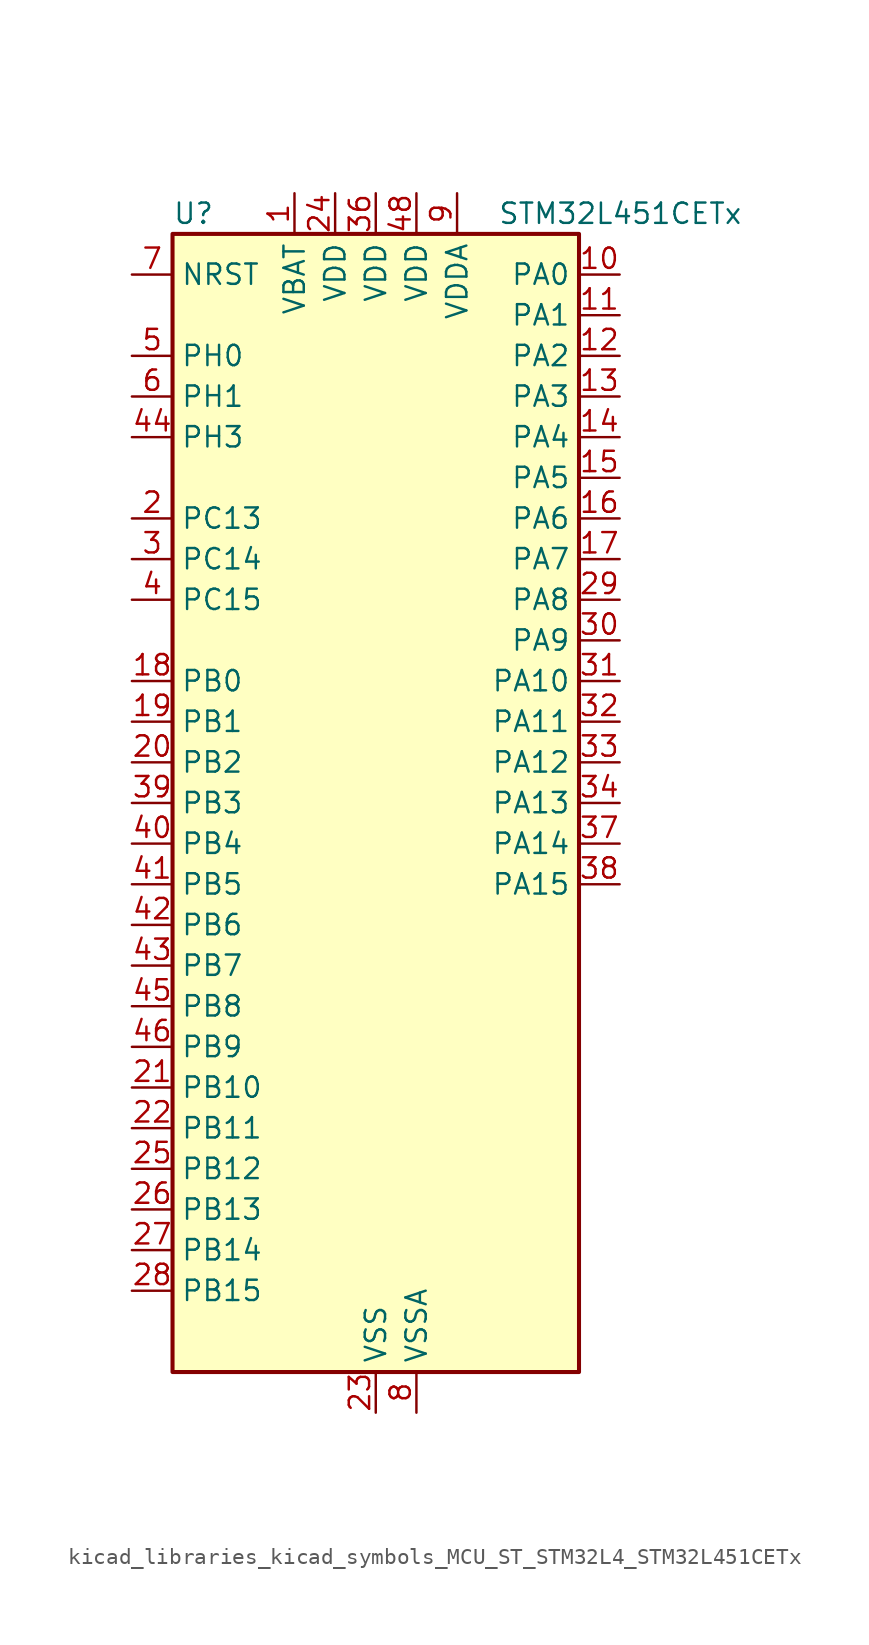
<source format=kicad_sym>
(kicad_symbol_lib
  (version 20220914)
  (generator kicad_symbol_editor)
  (symbol "kicad_libraries_kicad_symbols_MCU_ST_STM32L4_STM32L451CETx"
    (property "Reference" "U"
      (at -12.7 36.83 0)
      (effects (font (size 1.27 1.27)) (justify left)))
    (property "Value" "STM32L451CETx"
      (at 7.62 36.83 0)
      (effects (font (size 1.27 1.27)) (justify left)))
    (property "ki_locked" ""
      (at 0 0 0)
      (effects (font (size 1.27 1.27))))
    (symbol "kicad_libraries_kicad_symbols_MCU_ST_STM32L4_STM32L451CETx_0_1"
      (rectangle (start -12.7 -35.56) (end 12.7 35.56) (stroke (width 0.254) (type default)) (fill (type background))))
    (symbol "kicad_libraries_kicad_symbols_MCU_ST_STM32L4_STM32L451CETx_1_1"
      (pin power_in line (at -5.08 38.1 270) (length 2.54) (name "VBAT" (effects (font (size 1.27 1.27)))) (number "1" (effects (font (size 1.27 1.27)))))
      (pin bidirectional line (at 15.24 33.02 180) (length 2.54) (name "PA0" (effects (font (size 1.27 1.27)))) (number "10" (effects (font (size 1.27 1.27)))) (alternate "ADC1_IN5" bidirectional line) (alternate "COMP1_INM" bidirectional line) (alternate "COMP1_OUT" bidirectional line) (alternate "OPAMP1_VINP" bidirectional line) (alternate "RTC_TAMP2" bidirectional line) (alternate "SAI1_EXTCLK" bidirectional line) (alternate "SYS_WKUP1" bidirectional line) (alternate "TIM2_CH1" bidirectional line) (alternate "TIM2_ETR" bidirectional line) (alternate "UART4_TX" bidirectional line) (alternate "USART2_CTS" bidirectional line))
      (pin bidirectional line (at 15.24 30.48 180) (length 2.54) (name "PA1" (effects (font (size 1.27 1.27)))) (number "11" (effects (font (size 1.27 1.27)))) (alternate "ADC1_IN6" bidirectional line) (alternate "COMP1_INP" bidirectional line) (alternate "I2C1_SMBA" bidirectional line) (alternate "OPAMP1_VINM" bidirectional line) (alternate "SPI1_SCK" bidirectional line) (alternate "TIM15_CH1N" bidirectional line) (alternate "TIM2_CH2" bidirectional line) (alternate "UART4_RX" bidirectional line) (alternate "USART2_DE" bidirectional line) (alternate "USART2_RTS" bidirectional line))
      (pin bidirectional line (at 15.24 27.94 180) (length 2.54) (name "PA2" (effects (font (size 1.27 1.27)))) (number "12" (effects (font (size 1.27 1.27)))) (alternate "ADC1_IN7" bidirectional line) (alternate "COMP2_INM" bidirectional line) (alternate "COMP2_OUT" bidirectional line) (alternate "LPUART1_TX" bidirectional line) (alternate "QUADSPI_BK1_NCS" bidirectional line) (alternate "RCC_LSCO" bidirectional line) (alternate "SYS_WKUP4" bidirectional line) (alternate "TIM15_CH1" bidirectional line) (alternate "TIM2_CH3" bidirectional line) (alternate "USART2_TX" bidirectional line))
      (pin bidirectional line (at 15.24 25.4 180) (length 2.54) (name "PA3" (effects (font (size 1.27 1.27)))) (number "13" (effects (font (size 1.27 1.27)))) (alternate "ADC1_IN8" bidirectional line) (alternate "COMP2_INP" bidirectional line) (alternate "LPUART1_RX" bidirectional line) (alternate "OPAMP1_VOUT" bidirectional line) (alternate "QUADSPI_CLK" bidirectional line) (alternate "SAI1_MCLK_A" bidirectional line) (alternate "TIM15_CH2" bidirectional line) (alternate "TIM2_CH4" bidirectional line) (alternate "USART2_RX" bidirectional line))
      (pin bidirectional line (at 15.24 22.86 180) (length 2.54) (name "PA4" (effects (font (size 1.27 1.27)))) (number "14" (effects (font (size 1.27 1.27)))) (alternate "ADC1_IN9" bidirectional line) (alternate "COMP1_INM" bidirectional line) (alternate "COMP2_INM" bidirectional line) (alternate "DAC1_OUT1" bidirectional line) (alternate "LPTIM2_OUT" bidirectional line) (alternate "SAI1_FS_B" bidirectional line) (alternate "SPI1_NSS" bidirectional line) (alternate "SPI3_NSS" bidirectional line) (alternate "USART2_CK" bidirectional line))
      (pin bidirectional line (at 15.24 20.32 180) (length 2.54) (name "PA5" (effects (font (size 1.27 1.27)))) (number "15" (effects (font (size 1.27 1.27)))) (alternate "ADC1_IN10" bidirectional line) (alternate "COMP1_INM" bidirectional line) (alternate "COMP2_INM" bidirectional line) (alternate "DFSDM1_CKOUT" bidirectional line) (alternate "LPTIM2_ETR" bidirectional line) (alternate "SPI1_SCK" bidirectional line) (alternate "TIM2_CH1" bidirectional line) (alternate "TIM2_ETR" bidirectional line))
      (pin bidirectional line (at 15.24 17.78 180) (length 2.54) (name "PA6" (effects (font (size 1.27 1.27)))) (number "16" (effects (font (size 1.27 1.27)))) (alternate "ADC1_IN11" bidirectional line) (alternate "COMP1_OUT" bidirectional line) (alternate "LPUART1_CTS" bidirectional line) (alternate "QUADSPI_BK1_IO3" bidirectional line) (alternate "SPI1_MISO" bidirectional line) (alternate "TIM16_CH1" bidirectional line) (alternate "TIM1_BKIN" bidirectional line) (alternate "TIM1_BKIN_COMP2" bidirectional line) (alternate "TIM3_CH1" bidirectional line) (alternate "USART3_CTS" bidirectional line))
      (pin bidirectional line (at 15.24 15.24 180) (length 2.54) (name "PA7" (effects (font (size 1.27 1.27)))) (number "17" (effects (font (size 1.27 1.27)))) (alternate "ADC1_IN12" bidirectional line) (alternate "COMP2_OUT" bidirectional line) (alternate "DFSDM1_DATIN0" bidirectional line) (alternate "I2C3_SCL" bidirectional line) (alternate "QUADSPI_BK1_IO2" bidirectional line) (alternate "SPI1_MOSI" bidirectional line) (alternate "TIM1_CH1N" bidirectional line) (alternate "TIM3_CH2" bidirectional line))
      (pin bidirectional line (at -15.24 7.62 0) (length 2.54) (name "PB0" (effects (font (size 1.27 1.27)))) (number "18" (effects (font (size 1.27 1.27)))) (alternate "ADC1_IN15" bidirectional line) (alternate "COMP1_OUT" bidirectional line) (alternate "DFSDM1_CKIN0" bidirectional line) (alternate "QUADSPI_BK1_IO1" bidirectional line) (alternate "SAI1_EXTCLK" bidirectional line) (alternate "SPI1_NSS" bidirectional line) (alternate "TIM1_CH2N" bidirectional line) (alternate "TIM3_CH3" bidirectional line) (alternate "USART3_CK" bidirectional line))
      (pin bidirectional line (at -15.24 5.08 0) (length 2.54) (name "PB1" (effects (font (size 1.27 1.27)))) (number "19" (effects (font (size 1.27 1.27)))) (alternate "ADC1_IN16" bidirectional line) (alternate "COMP1_INM" bidirectional line) (alternate "DFSDM1_DATIN0" bidirectional line) (alternate "LPTIM2_IN1" bidirectional line) (alternate "LPUART1_DE" bidirectional line) (alternate "LPUART1_RTS" bidirectional line) (alternate "QUADSPI_BK1_IO0" bidirectional line) (alternate "TIM1_CH3N" bidirectional line) (alternate "TIM3_CH4" bidirectional line) (alternate "USART3_DE" bidirectional line) (alternate "USART3_RTS" bidirectional line))
      (pin bidirectional line (at -15.24 17.78 0) (length 2.54) (name "PC13" (effects (font (size 1.27 1.27)))) (number "2" (effects (font (size 1.27 1.27)))) (alternate "RTC_OUT_ALARM" bidirectional line) (alternate "RTC_OUT_CALIB" bidirectional line) (alternate "RTC_TAMP1" bidirectional line) (alternate "RTC_TS" bidirectional line) (alternate "SYS_WKUP2" bidirectional line))
      (pin bidirectional line (at -15.24 2.54 0) (length 2.54) (name "PB2" (effects (font (size 1.27 1.27)))) (number "20" (effects (font (size 1.27 1.27)))) (alternate "COMP1_INP" bidirectional line) (alternate "DFSDM1_CKIN0" bidirectional line) (alternate "I2C3_SMBA" bidirectional line) (alternate "LPTIM1_OUT" bidirectional line) (alternate "RTC_OUT_ALARM" bidirectional line) (alternate "RTC_OUT_CALIB" bidirectional line))
      (pin bidirectional line (at -15.24 -17.78 0) (length 2.54) (name "PB10" (effects (font (size 1.27 1.27)))) (number "21" (effects (font (size 1.27 1.27)))) (alternate "COMP1_OUT" bidirectional line) (alternate "I2C2_SCL" bidirectional line) (alternate "I2C4_SCL" bidirectional line) (alternate "LPUART1_RX" bidirectional line) (alternate "QUADSPI_CLK" bidirectional line) (alternate "SAI1_SCK_A" bidirectional line) (alternate "SPI2_SCK" bidirectional line) (alternate "TIM2_CH3" bidirectional line) (alternate "TSC_SYNC" bidirectional line) (alternate "USART3_TX" bidirectional line))
      (pin bidirectional line (at -15.24 -20.32 0) (length 2.54) (name "PB11" (effects (font (size 1.27 1.27)))) (number "22" (effects (font (size 1.27 1.27)))) (alternate "ADC1_EXTI11" bidirectional line) (alternate "COMP2_OUT" bidirectional line) (alternate "I2C2_SDA" bidirectional line) (alternate "I2C4_SDA" bidirectional line) (alternate "LPUART1_TX" bidirectional line) (alternate "QUADSPI_BK1_NCS" bidirectional line) (alternate "TIM2_CH4" bidirectional line) (alternate "USART3_RX" bidirectional line))
      (pin power_in line (at 0 -38.1 90) (length 2.54) (name "VSS" (effects (font (size 1.27 1.27)))) (number "23" (effects (font (size 1.27 1.27)))))
      (pin power_in line (at -2.54 38.1 270) (length 2.54) (name "VDD" (effects (font (size 1.27 1.27)))) (number "24" (effects (font (size 1.27 1.27)))))
      (pin bidirectional line (at -15.24 -22.86 0) (length 2.54) (name "PB12" (effects (font (size 1.27 1.27)))) (number "25" (effects (font (size 1.27 1.27)))) (alternate "CAN1_RX" bidirectional line) (alternate "DFSDM1_DATIN1" bidirectional line) (alternate "I2C2_SMBA" bidirectional line) (alternate "LPUART1_DE" bidirectional line) (alternate "LPUART1_RTS" bidirectional line) (alternate "SAI1_FS_A" bidirectional line) (alternate "SPI2_NSS" bidirectional line) (alternate "TIM15_BKIN" bidirectional line) (alternate "TIM1_BKIN" bidirectional line) (alternate "TIM1_BKIN_COMP2" bidirectional line) (alternate "TSC_G1_IO1" bidirectional line) (alternate "USART3_CK" bidirectional line))
      (pin bidirectional line (at -15.24 -25.4 0) (length 2.54) (name "PB13" (effects (font (size 1.27 1.27)))) (number "26" (effects (font (size 1.27 1.27)))) (alternate "CAN1_TX" bidirectional line) (alternate "DFSDM1_CKIN1" bidirectional line) (alternate "I2C2_SCL" bidirectional line) (alternate "LPUART1_CTS" bidirectional line) (alternate "SAI1_SCK_A" bidirectional line) (alternate "SPI2_SCK" bidirectional line) (alternate "TIM15_CH1N" bidirectional line) (alternate "TIM1_CH1N" bidirectional line) (alternate "TSC_G1_IO2" bidirectional line) (alternate "USART3_CTS" bidirectional line))
      (pin bidirectional line (at -15.24 -27.94 0) (length 2.54) (name "PB14" (effects (font (size 1.27 1.27)))) (number "27" (effects (font (size 1.27 1.27)))) (alternate "DFSDM1_DATIN2" bidirectional line) (alternate "I2C2_SDA" bidirectional line) (alternate "SAI1_MCLK_A" bidirectional line) (alternate "SPI2_MISO" bidirectional line) (alternate "TIM15_CH1" bidirectional line) (alternate "TIM1_CH2N" bidirectional line) (alternate "TSC_G1_IO3" bidirectional line) (alternate "USART3_DE" bidirectional line) (alternate "USART3_RTS" bidirectional line))
      (pin bidirectional line (at -15.24 -30.48 0) (length 2.54) (name "PB15" (effects (font (size 1.27 1.27)))) (number "28" (effects (font (size 1.27 1.27)))) (alternate "ADC1_EXTI15" bidirectional line) (alternate "DFSDM1_CKIN2" bidirectional line) (alternate "RTC_REFIN" bidirectional line) (alternate "SAI1_SD_A" bidirectional line) (alternate "SPI2_MOSI" bidirectional line) (alternate "TIM15_CH2" bidirectional line) (alternate "TIM1_CH3N" bidirectional line) (alternate "TSC_G1_IO4" bidirectional line))
      (pin bidirectional line (at 15.24 12.7 180) (length 2.54) (name "PA8" (effects (font (size 1.27 1.27)))) (number "29" (effects (font (size 1.27 1.27)))) (alternate "DFSDM1_CKIN1" bidirectional line) (alternate "LPTIM2_OUT" bidirectional line) (alternate "RCC_MCO" bidirectional line) (alternate "SAI1_SCK_A" bidirectional line) (alternate "TIM1_CH1" bidirectional line) (alternate "USART1_CK" bidirectional line))
      (pin bidirectional line (at -15.24 15.24 0) (length 2.54) (name "PC14" (effects (font (size 1.27 1.27)))) (number "3" (effects (font (size 1.27 1.27)))) (alternate "RCC_OSC32_IN" bidirectional line))
      (pin bidirectional line (at 15.24 10.16 180) (length 2.54) (name "PA9" (effects (font (size 1.27 1.27)))) (number "30" (effects (font (size 1.27 1.27)))) (alternate "DAC1_EXTI9" bidirectional line) (alternate "DFSDM1_DATIN1" bidirectional line) (alternate "I2C1_SCL" bidirectional line) (alternate "SAI1_FS_A" bidirectional line) (alternate "TIM15_BKIN" bidirectional line) (alternate "TIM1_CH2" bidirectional line) (alternate "USART1_TX" bidirectional line))
      (pin bidirectional line (at 15.24 7.62 180) (length 2.54) (name "PA10" (effects (font (size 1.27 1.27)))) (number "31" (effects (font (size 1.27 1.27)))) (alternate "I2C1_SDA" bidirectional line) (alternate "SAI1_SD_A" bidirectional line) (alternate "TIM1_CH3" bidirectional line) (alternate "USART1_RX" bidirectional line))
      (pin bidirectional line (at 15.24 5.08 180) (length 2.54) (name "PA11" (effects (font (size 1.27 1.27)))) (number "32" (effects (font (size 1.27 1.27)))) (alternate "ADC1_EXTI11" bidirectional line) (alternate "CAN1_RX" bidirectional line) (alternate "COMP1_OUT" bidirectional line) (alternate "SPI1_MISO" bidirectional line) (alternate "TIM1_BKIN2" bidirectional line) (alternate "TIM1_BKIN2_COMP1" bidirectional line) (alternate "TIM1_CH4" bidirectional line) (alternate "USART1_CTS" bidirectional line))
      (pin bidirectional line (at 15.24 2.54 180) (length 2.54) (name "PA12" (effects (font (size 1.27 1.27)))) (number "33" (effects (font (size 1.27 1.27)))) (alternate "CAN1_TX" bidirectional line) (alternate "SPI1_MOSI" bidirectional line) (alternate "TIM1_ETR" bidirectional line) (alternate "USART1_DE" bidirectional line) (alternate "USART1_RTS" bidirectional line))
      (pin bidirectional line (at 15.24 0 180) (length 2.54) (name "PA13" (effects (font (size 1.27 1.27)))) (number "34" (effects (font (size 1.27 1.27)))) (alternate "IR_OUT" bidirectional line) (alternate "SAI1_SD_B" bidirectional line) (alternate "SYS_JTMS-SWDIO" bidirectional line))
      (pin passive line (at 0 -38.1 90) (length 2.54) hide (name "VSS" (effects (font (size 1.27 1.27)))) (number "35" (effects (font (size 1.27 1.27)))))
      (pin power_in line (at 0 38.1 270) (length 2.54) (name "VDD" (effects (font (size 1.27 1.27)))) (number "36" (effects (font (size 1.27 1.27)))))
      (pin bidirectional line (at 15.24 -2.54 180) (length 2.54) (name "PA14" (effects (font (size 1.27 1.27)))) (number "37" (effects (font (size 1.27 1.27)))) (alternate "I2C1_SMBA" bidirectional line) (alternate "I2C4_SMBA" bidirectional line) (alternate "LPTIM1_OUT" bidirectional line) (alternate "SAI1_FS_B" bidirectional line) (alternate "SYS_JTCK-SWCLK" bidirectional line))
      (pin bidirectional line (at 15.24 -5.08 180) (length 2.54) (name "PA15" (effects (font (size 1.27 1.27)))) (number "38" (effects (font (size 1.27 1.27)))) (alternate "ADC1_EXTI15" bidirectional line) (alternate "SPI1_NSS" bidirectional line) (alternate "SPI3_NSS" bidirectional line) (alternate "SYS_JTDI" bidirectional line) (alternate "TIM2_CH1" bidirectional line) (alternate "TIM2_ETR" bidirectional line) (alternate "UART4_DE" bidirectional line) (alternate "UART4_RTS" bidirectional line) (alternate "USART2_RX" bidirectional line) (alternate "USART3_DE" bidirectional line) (alternate "USART3_RTS" bidirectional line))
      (pin bidirectional line (at -15.24 0 0) (length 2.54) (name "PB3" (effects (font (size 1.27 1.27)))) (number "39" (effects (font (size 1.27 1.27)))) (alternate "COMP2_INM" bidirectional line) (alternate "SAI1_SCK_B" bidirectional line) (alternate "SPI1_SCK" bidirectional line) (alternate "SPI3_SCK" bidirectional line) (alternate "SYS_JTDO-SWO" bidirectional line) (alternate "TIM2_CH2" bidirectional line) (alternate "USART1_DE" bidirectional line) (alternate "USART1_RTS" bidirectional line))
      (pin bidirectional line (at -15.24 12.7 0) (length 2.54) (name "PC15" (effects (font (size 1.27 1.27)))) (number "4" (effects (font (size 1.27 1.27)))) (alternate "ADC1_EXTI15" bidirectional line) (alternate "RCC_OSC32_OUT" bidirectional line))
      (pin bidirectional line (at -15.24 -2.54 0) (length 2.54) (name "PB4" (effects (font (size 1.27 1.27)))) (number "40" (effects (font (size 1.27 1.27)))) (alternate "COMP2_INP" bidirectional line) (alternate "I2C3_SDA" bidirectional line) (alternate "SAI1_MCLK_B" bidirectional line) (alternate "SPI1_MISO" bidirectional line) (alternate "SPI3_MISO" bidirectional line) (alternate "SYS_JTRST" bidirectional line) (alternate "TIM3_CH1" bidirectional line) (alternate "TSC_G2_IO1" bidirectional line) (alternate "USART1_CTS" bidirectional line))
      (pin bidirectional line (at -15.24 -5.08 0) (length 2.54) (name "PB5" (effects (font (size 1.27 1.27)))) (number "41" (effects (font (size 1.27 1.27)))) (alternate "CAN1_RX" bidirectional line) (alternate "COMP2_OUT" bidirectional line) (alternate "I2C1_SMBA" bidirectional line) (alternate "LPTIM1_IN1" bidirectional line) (alternate "SAI1_SD_B" bidirectional line) (alternate "SPI1_MOSI" bidirectional line) (alternate "SPI3_MOSI" bidirectional line) (alternate "TIM16_BKIN" bidirectional line) (alternate "TIM3_CH2" bidirectional line) (alternate "TSC_G2_IO2" bidirectional line) (alternate "USART1_CK" bidirectional line))
      (pin bidirectional line (at -15.24 -7.62 0) (length 2.54) (name "PB6" (effects (font (size 1.27 1.27)))) (number "42" (effects (font (size 1.27 1.27)))) (alternate "CAN1_TX" bidirectional line) (alternate "COMP2_INP" bidirectional line) (alternate "I2C1_SCL" bidirectional line) (alternate "I2C4_SCL" bidirectional line) (alternate "LPTIM1_ETR" bidirectional line) (alternate "SAI1_FS_B" bidirectional line) (alternate "TIM16_CH1N" bidirectional line) (alternate "TSC_G2_IO3" bidirectional line) (alternate "USART1_TX" bidirectional line))
      (pin bidirectional line (at -15.24 -10.16 0) (length 2.54) (name "PB7" (effects (font (size 1.27 1.27)))) (number "43" (effects (font (size 1.27 1.27)))) (alternate "COMP2_INM" bidirectional line) (alternate "I2C1_SDA" bidirectional line) (alternate "I2C4_SDA" bidirectional line) (alternate "LPTIM1_IN2" bidirectional line) (alternate "SYS_PVD_IN" bidirectional line) (alternate "TSC_G2_IO4" bidirectional line) (alternate "UART4_CTS" bidirectional line) (alternate "USART1_RX" bidirectional line))
      (pin bidirectional line (at -15.24 22.86 0) (length 2.54) (name "PH3" (effects (font (size 1.27 1.27)))) (number "44" (effects (font (size 1.27 1.27)))))
      (pin bidirectional line (at -15.24 -12.7 0) (length 2.54) (name "PB8" (effects (font (size 1.27 1.27)))) (number "45" (effects (font (size 1.27 1.27)))) (alternate "CAN1_RX" bidirectional line) (alternate "I2C1_SCL" bidirectional line) (alternate "SAI1_MCLK_A" bidirectional line) (alternate "TIM16_CH1" bidirectional line))
      (pin bidirectional line (at -15.24 -15.24 0) (length 2.54) (name "PB9" (effects (font (size 1.27 1.27)))) (number "46" (effects (font (size 1.27 1.27)))) (alternate "CAN1_TX" bidirectional line) (alternate "DAC1_EXTI9" bidirectional line) (alternate "I2C1_SDA" bidirectional line) (alternate "IR_OUT" bidirectional line) (alternate "SAI1_FS_A" bidirectional line) (alternate "SPI2_NSS" bidirectional line))
      (pin passive line (at 0 -38.1 90) (length 2.54) hide (name "VSS" (effects (font (size 1.27 1.27)))) (number "47" (effects (font (size 1.27 1.27)))))
      (pin power_in line (at 2.54 38.1 270) (length 2.54) (name "VDD" (effects (font (size 1.27 1.27)))) (number "48" (effects (font (size 1.27 1.27)))))
      (pin bidirectional line (at -15.24 27.94 0) (length 2.54) (name "PH0" (effects (font (size 1.27 1.27)))) (number "5" (effects (font (size 1.27 1.27)))) (alternate "RCC_OSC_IN" bidirectional line))
      (pin bidirectional line (at -15.24 25.4 0) (length 2.54) (name "PH1" (effects (font (size 1.27 1.27)))) (number "6" (effects (font (size 1.27 1.27)))) (alternate "RCC_OSC_OUT" bidirectional line))
      (pin input line (at -15.24 33.02 0) (length 2.54) (name "NRST" (effects (font (size 1.27 1.27)))) (number "7" (effects (font (size 1.27 1.27)))))
      (pin power_in line (at 2.54 -38.1 90) (length 2.54) (name "VSSA" (effects (font (size 1.27 1.27)))) (number "8" (effects (font (size 1.27 1.27)))))
      (pin power_in line (at 5.08 38.1 270) (length 2.54) (name "VDDA" (effects (font (size 1.27 1.27)))) (number "9" (effects (font (size 1.27 1.27))))))))
</source>
